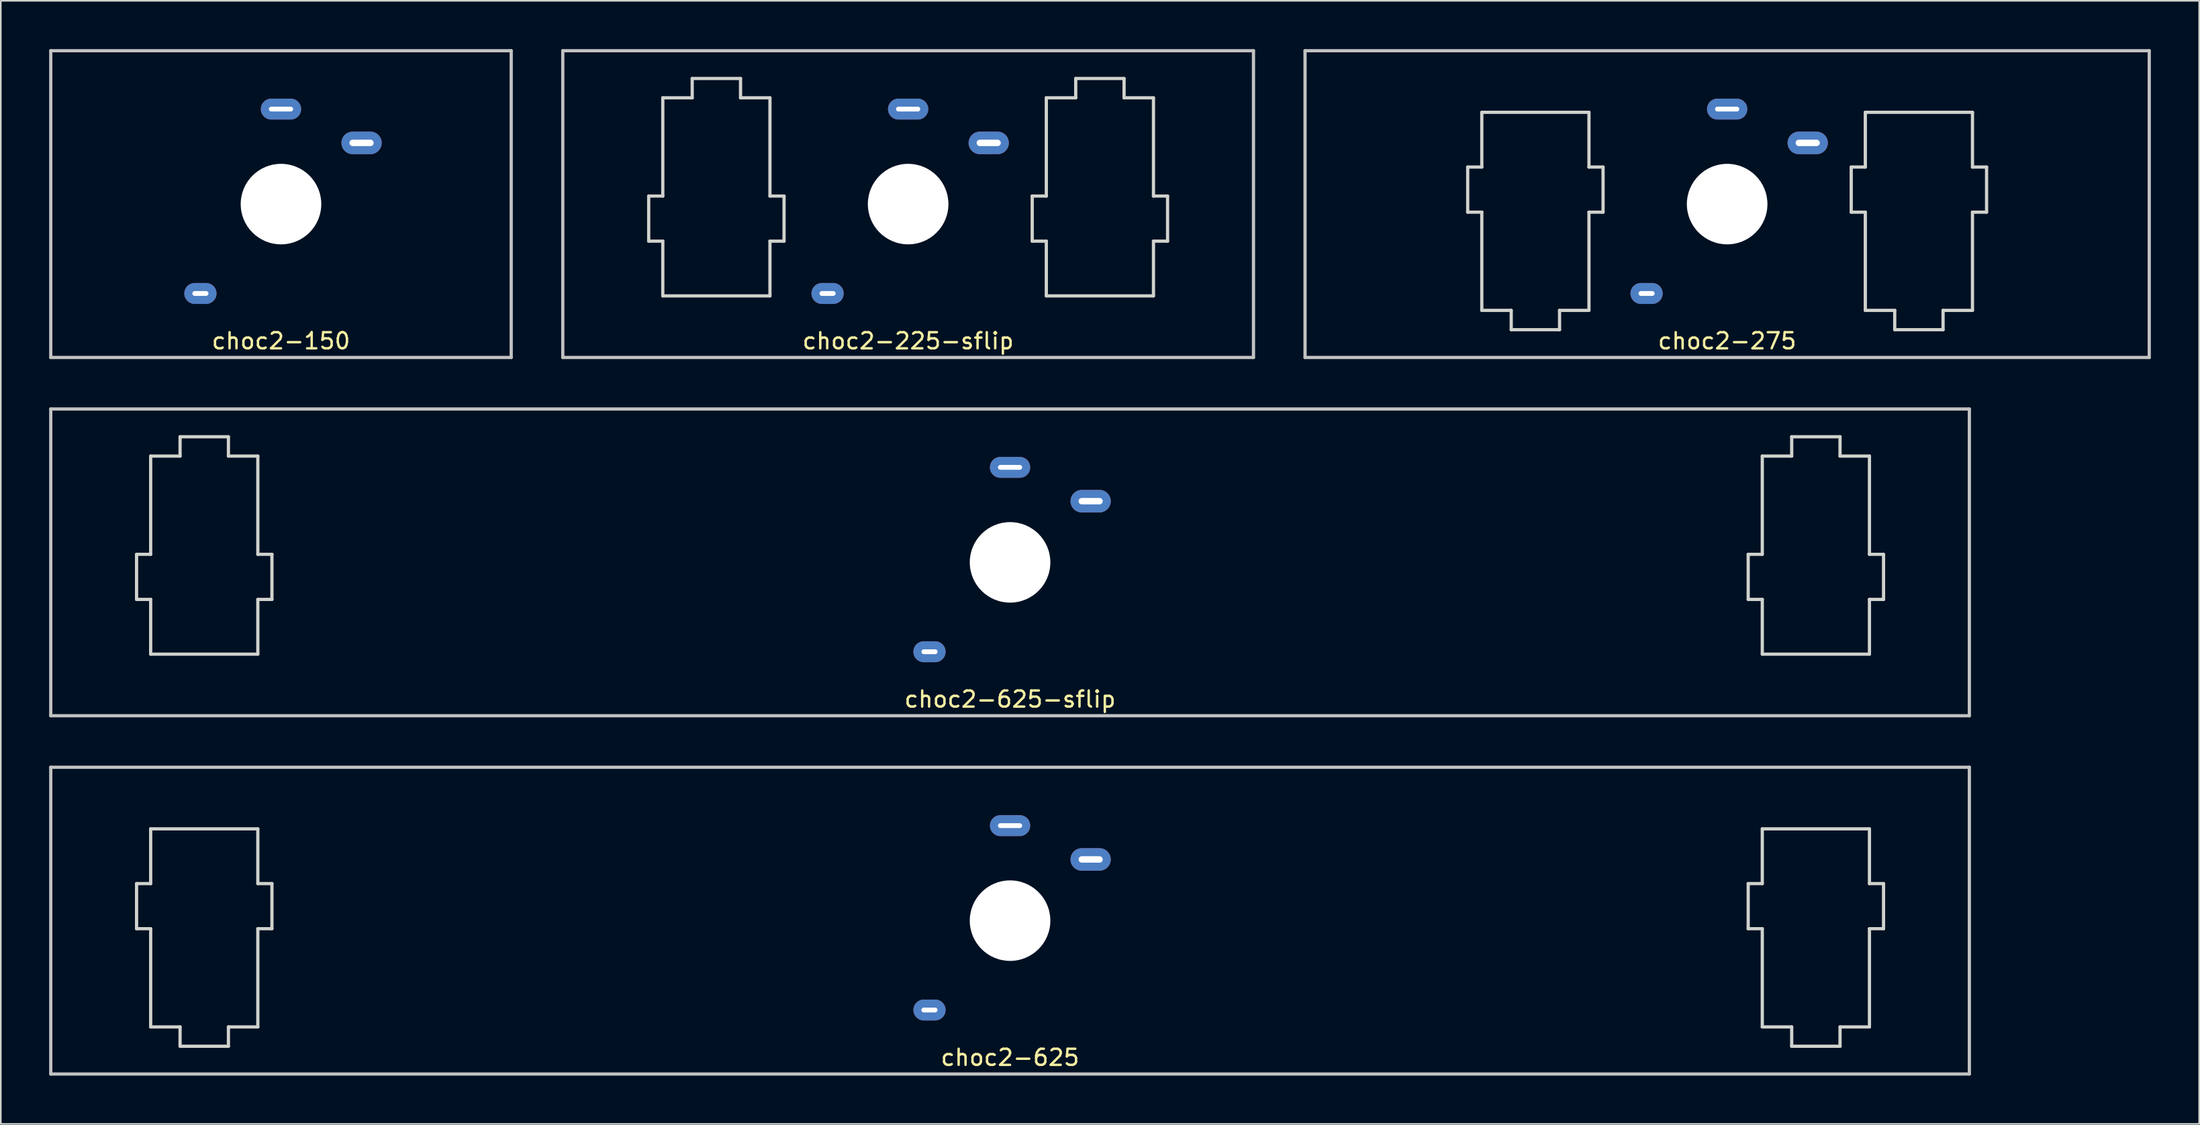
<source format=kicad_pcb>
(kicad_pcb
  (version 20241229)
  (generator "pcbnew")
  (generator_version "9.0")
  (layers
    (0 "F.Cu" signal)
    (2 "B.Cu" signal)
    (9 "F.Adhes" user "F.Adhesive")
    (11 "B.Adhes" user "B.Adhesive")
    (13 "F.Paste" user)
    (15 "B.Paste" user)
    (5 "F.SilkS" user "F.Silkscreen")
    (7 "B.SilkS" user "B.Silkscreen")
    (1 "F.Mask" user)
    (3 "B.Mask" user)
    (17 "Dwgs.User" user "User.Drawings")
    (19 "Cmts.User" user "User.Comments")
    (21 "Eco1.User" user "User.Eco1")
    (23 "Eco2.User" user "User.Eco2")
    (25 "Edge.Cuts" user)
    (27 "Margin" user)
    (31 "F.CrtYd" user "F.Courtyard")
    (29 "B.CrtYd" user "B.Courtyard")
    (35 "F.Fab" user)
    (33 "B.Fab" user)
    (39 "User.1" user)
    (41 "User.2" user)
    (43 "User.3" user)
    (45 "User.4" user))
  (footprint "choc2-275"
    (layer "F.Cu")
    (at 104.131 9.625)
    (property "Reference" "choc2-275" (at 0 8.5 180) (layer "F.SilkS") (effects (font (size 1 1) (thickness 0.15))))
    (attr through_hole)
    (fp_line (start -26.194 -9.525) (end -26.194 9.525) (stroke (width 0.2) (type solid)) (layer "Dwgs.User"))
    (fp_line (start 26.194 -9.525) (end -26.194 -9.525) (stroke (width 0.2) (type solid)) (layer "Dwgs.User"))
    (fp_line (start 26.194 9.525) (end -26.194 9.525) (stroke (width 0.2) (type solid)) (layer "Dwgs.User"))
    (fp_line (start 26.194 9.525) (end 26.194 -9.525) (stroke (width 0.2) (type solid)) (layer "Dwgs.User"))
    (fp_line (start -16.1 -2.3) (end -16.1 0.5) (stroke (width 0.2) (type solid)) (layer "Edge.Cuts"))
    (fp_line (start -16.1 0.5) (end -15.225 0.5) (stroke (width 0.2) (type solid)) (layer "Edge.Cuts"))
    (fp_line (start -15.225 -5.7) (end -15.225 -2.3) (stroke (width 0.2) (type solid)) (layer "Edge.Cuts"))
    (fp_line (start -15.225 -2.3) (end -16.1 -2.3) (stroke (width 0.2) (type solid)) (layer "Edge.Cuts"))
    (fp_line (start -15.225 0.5) (end -15.225 6.6) (stroke (width 0.2) (type solid)) (layer "Edge.Cuts"))
    (fp_line (start -15.225 6.6) (end -13.4 6.6) (stroke (width 0.2) (type solid)) (layer "Edge.Cuts"))
    (fp_line (start -13.4 6.6) (end -13.4 7.8) (stroke (width 0.2) (type solid)) (layer "Edge.Cuts"))
    (fp_line (start -13.4 7.8) (end -10.4 7.8) (stroke (width 0.2) (type solid)) (layer "Edge.Cuts"))
    (fp_line (start -10.4 6.6) (end -8.575 6.6) (stroke (width 0.2) (type solid)) (layer "Edge.Cuts"))
    (fp_line (start -10.4 7.8) (end -10.4 6.6) (stroke (width 0.2) (type solid)) (layer "Edge.Cuts"))
    (fp_line (start -8.575 -2.3) (end -8.575 -5.7) (stroke (width 0.2) (type solid)) (layer "Edge.Cuts"))
    (fp_line (start -8.575 0.5) (end -7.7 0.5) (stroke (width 0.2) (type solid)) (layer "Edge.Cuts"))
    (fp_line (start -8.575 6.6) (end -8.575 0.5) (stroke (width 0.2) (type solid)) (layer "Edge.Cuts"))
    (fp_line (start -8.575 -5.7) (end -15.225 -5.7) (stroke (width 0.2) (type solid)) (layer "Edge.Cuts"))
    (fp_line (start -7.7 -2.3) (end -8.575 -2.3) (stroke (width 0.2) (type solid)) (layer "Edge.Cuts"))
    (fp_line (start -7.7 0.5) (end -7.7 -2.3) (stroke (width 0.2) (type solid)) (layer "Edge.Cuts"))
    (fp_line (start 7.7 -2.3) (end 8.575 -2.3) (stroke (width 0.2) (type solid)) (layer "Edge.Cuts"))
    (fp_line (start 7.7 0.5) (end 7.7 -2.3) (stroke (width 0.2) (type solid)) (layer "Edge.Cuts"))
    (fp_line (start 8.575 -5.7) (end 15.225 -5.7) (stroke (width 0.2) (type solid)) (layer "Edge.Cuts"))
    (fp_line (start 8.575 -2.3) (end 8.575 -5.7) (stroke (width 0.2) (type solid)) (layer "Edge.Cuts"))
    (fp_line (start 8.575 0.5) (end 7.7 0.5) (stroke (width 0.2) (type solid)) (layer "Edge.Cuts"))
    (fp_line (start 8.575 6.6) (end 8.575 0.5) (stroke (width 0.2) (type solid)) (layer "Edge.Cuts"))
    (fp_line (start 10.4 6.6) (end 8.575 6.6) (stroke (width 0.2) (type solid)) (layer "Edge.Cuts"))
    (fp_line (start 10.4 7.8) (end 10.4 6.6) (stroke (width 0.2) (type solid)) (layer "Edge.Cuts"))
    (fp_line (start 13.4 6.6) (end 13.4 7.8) (stroke (width 0.2) (type solid)) (layer "Edge.Cuts"))
    (fp_line (start 13.4 7.8) (end 10.4 7.8) (stroke (width 0.2) (type solid)) (layer "Edge.Cuts"))
    (fp_line (start 15.225 -5.7) (end 15.225 -2.3) (stroke (width 0.2) (type solid)) (layer "Edge.Cuts"))
    (fp_line (start 15.225 -2.3) (end 16.1 -2.3) (stroke (width 0.2) (type solid)) (layer "Edge.Cuts"))
    (fp_line (start 15.225 0.5) (end 15.225 6.6) (stroke (width 0.2) (type solid)) (layer "Edge.Cuts"))
    (fp_line (start 15.225 6.6) (end 13.4 6.6) (stroke (width 0.2) (type solid)) (layer "Edge.Cuts"))
    (fp_line (start 16.1 -2.3) (end 16.1 0.5) (stroke (width 0.2) (type solid)) (layer "Edge.Cuts"))
    (fp_line (start 16.1 0.5) (end 15.225 0.5) (stroke (width 0.2) (type solid)) (layer "Edge.Cuts"))
    (pad "" thru_hole oval (at -5 5.55 180) (size 2 1.3) (drill oval 1 0.3) (layers "*.Cu" "*.Mask"))
    (pad "" np_thru_hole circle (at 0 0 180) (size 5 5) (drill 5) (layers "*.Cu" "*.Mask"))
    (pad "1" thru_hole oval (at 5 -3.8 180) (size 2.5 1.4) (drill oval 1.5 0.4) (layers "*.Cu" "B.Mask"))
    (pad "2" thru_hole oval (at 0 -5.9 180) (size 2.5 1.3) (drill oval 1.5 0.3) (layers "*.Cu" "*.Mask")))
  (footprint "choc2-625"
    (layer "F.Cu")
    (at 59.631 54.125)
    (property "Reference" "choc2-625" (at 0 8.5 180) (layer "F.SilkS") (effects (font (size 1 1) (thickness 0.15))))
    (attr through_hole)
    (fp_line (start -59.531 -9.525) (end -59.531 9.525) (stroke (width 0.2) (type solid)) (layer "Dwgs.User"))
    (fp_line (start 59.531 -9.525) (end -59.531 -9.525) (stroke (width 0.2) (type solid)) (layer "Dwgs.User"))
    (fp_line (start 59.531 9.525) (end -59.531 9.525) (stroke (width 0.2) (type solid)) (layer "Dwgs.User"))
    (fp_line (start 59.531 9.525) (end 59.531 -9.525) (stroke (width 0.2) (type solid)) (layer "Dwgs.User"))
    (fp_line (start -54.206 -2.3) (end -54.206 0.5) (stroke (width 0.2) (type solid)) (layer "Edge.Cuts"))
    (fp_line (start -54.206 0.5) (end -53.331 0.5) (stroke (width 0.2) (type solid)) (layer "Edge.Cuts"))
    (fp_line (start -53.331 -5.7) (end -53.331 -2.3) (stroke (width 0.2) (type solid)) (layer "Edge.Cuts"))
    (fp_line (start -53.331 -2.3) (end -54.206 -2.3) (stroke (width 0.2) (type solid)) (layer "Edge.Cuts"))
    (fp_line (start -53.331 0.5) (end -53.331 6.6) (stroke (width 0.2) (type solid)) (layer "Edge.Cuts"))
    (fp_line (start -53.331 6.6) (end -51.506 6.6) (stroke (width 0.2) (type solid)) (layer "Edge.Cuts"))
    (fp_line (start -51.506 7.8) (end -48.506 7.8) (stroke (width 0.2) (type solid)) (layer "Edge.Cuts"))
    (fp_line (start -51.506 6.6) (end -51.506 7.8) (stroke (width 0.2) (type solid)) (layer "Edge.Cuts"))
    (fp_line (start -48.506 7.8) (end -48.506 6.6) (stroke (width 0.2) (type solid)) (layer "Edge.Cuts"))
    (fp_line (start -48.506 6.6) (end -46.681 6.6) (stroke (width 0.2) (type solid)) (layer "Edge.Cuts"))
    (fp_line (start -46.681 -2.3) (end -46.681 -5.7) (stroke (width 0.2) (type solid)) (layer "Edge.Cuts"))
    (fp_line (start -46.681 0.5) (end -45.806 0.5) (stroke (width 0.2) (type solid)) (layer "Edge.Cuts"))
    (fp_line (start -46.681 6.6) (end -46.681 0.5) (stroke (width 0.2) (type solid)) (layer "Edge.Cuts"))
    (fp_line (start -46.681 -5.7) (end -53.331 -5.7) (stroke (width 0.2) (type solid)) (layer "Edge.Cuts"))
    (fp_line (start -45.806 -2.3) (end -46.681 -2.3) (stroke (width 0.2) (type solid)) (layer "Edge.Cuts"))
    (fp_line (start -45.806 0.5) (end -45.806 -2.3) (stroke (width 0.2) (type solid)) (layer "Edge.Cuts"))
    (fp_line (start 45.806 -2.3) (end 46.681 -2.3) (stroke (width 0.2) (type solid)) (layer "Edge.Cuts"))
    (fp_line (start 45.806 0.5) (end 45.806 -2.3) (stroke (width 0.2) (type solid)) (layer "Edge.Cuts"))
    (fp_line (start 46.681 -5.7) (end 53.331 -5.7) (stroke (width 0.2) (type solid)) (layer "Edge.Cuts"))
    (fp_line (start 46.681 -2.3) (end 46.681 -5.7) (stroke (width 0.2) (type solid)) (layer "Edge.Cuts"))
    (fp_line (start 46.681 0.5) (end 45.806 0.5) (stroke (width 0.2) (type solid)) (layer "Edge.Cuts"))
    (fp_line (start 46.681 6.6) (end 46.681 0.5) (stroke (width 0.2) (type solid)) (layer "Edge.Cuts"))
    (fp_line (start 48.506 6.6) (end 46.681 6.6) (stroke (width 0.2) (type solid)) (layer "Edge.Cuts"))
    (fp_line (start 48.506 7.8) (end 48.506 6.6) (stroke (width 0.2) (type solid)) (layer "Edge.Cuts"))
    (fp_line (start 51.506 6.6) (end 51.506 7.8) (stroke (width 0.2) (type solid)) (layer "Edge.Cuts"))
    (fp_line (start 51.506 7.8) (end 48.506 7.8) (stroke (width 0.2) (type solid)) (layer "Edge.Cuts"))
    (fp_line (start 53.331 -5.7) (end 53.331 -2.3) (stroke (width 0.2) (type solid)) (layer "Edge.Cuts"))
    (fp_line (start 53.331 -2.3) (end 54.206 -2.3) (stroke (width 0.2) (type solid)) (layer "Edge.Cuts"))
    (fp_line (start 53.331 0.5) (end 53.331 6.6) (stroke (width 0.2) (type solid)) (layer "Edge.Cuts"))
    (fp_line (start 53.331 6.6) (end 51.506 6.6) (stroke (width 0.2) (type solid)) (layer "Edge.Cuts"))
    (fp_line (start 54.206 -2.3) (end 54.206 0.5) (stroke (width 0.2) (type solid)) (layer "Edge.Cuts"))
    (fp_line (start 54.206 0.5) (end 53.331 0.5) (stroke (width 0.2) (type solid)) (layer "Edge.Cuts"))
    (pad "" thru_hole oval (at -5 5.55 180) (size 2 1.3) (drill oval 1 0.3) (layers "*.Cu" "*.Mask"))
    (pad "" np_thru_hole circle (at 0 0 180) (size 5 5) (drill 5) (layers "*.Cu" "*.Mask"))
    (pad "1" thru_hole oval (at 5 -3.8 180) (size 2.5 1.4) (drill oval 1.5 0.4) (layers "*.Cu" "B.Mask"))
    (pad "2" thru_hole oval (at 0 -5.9 180) (size 2.5 1.3) (drill oval 1.5 0.3) (layers "*.Cu" "*.Mask")))
  (footprint "choc2-625-sflip"
    (layer "F.Cu")
    (at 59.631 31.875)
    (property "Reference" "choc2-625-sflip" (at 0 8.5 180) (layer "F.SilkS") (effects (font (size 1 1) (thickness 0.15))))
    (attr through_hole)
    (fp_line (start -59.531 -9.525) (end -59.531 9.525) (stroke (width 0.2) (type solid)) (layer "Dwgs.User"))
    (fp_line (start 59.531 -9.525) (end -59.531 -9.525) (stroke (width 0.2) (type solid)) (layer "Dwgs.User"))
    (fp_line (start 59.531 9.525) (end -59.531 9.525) (stroke (width 0.2) (type solid)) (layer "Dwgs.User"))
    (fp_line (start 59.531 9.525) (end 59.531 -9.525) (stroke (width 0.2) (type solid)) (layer "Dwgs.User"))
    (fp_line (start -54.206 -0.5) (end -53.331 -0.5) (stroke (width 0.2) (type solid)) (layer "Edge.Cuts"))
    (fp_line (start -54.206 2.3) (end -54.206 -0.5) (stroke (width 0.2) (type solid)) (layer "Edge.Cuts"))
    (fp_line (start -53.331 -6.6) (end -51.506 -6.6) (stroke (width 0.2) (type solid)) (layer "Edge.Cuts"))
    (fp_line (start -53.331 -0.5) (end -53.331 -6.6) (stroke (width 0.2) (type solid)) (layer "Edge.Cuts"))
    (fp_line (start -53.331 2.3) (end -54.206 2.3) (stroke (width 0.2) (type solid)) (layer "Edge.Cuts"))
    (fp_line (start -53.331 5.7) (end -53.331 2.3) (stroke (width 0.2) (type solid)) (layer "Edge.Cuts"))
    (fp_line (start -51.506 -7.8) (end -48.506 -7.8) (stroke (width 0.2) (type solid)) (layer "Edge.Cuts"))
    (fp_line (start -51.506 -6.6) (end -51.506 -7.8) (stroke (width 0.2) (type solid)) (layer "Edge.Cuts"))
    (fp_line (start -48.506 -7.8) (end -48.506 -6.6) (stroke (width 0.2) (type solid)) (layer "Edge.Cuts"))
    (fp_line (start -48.506 -6.6) (end -46.681 -6.6) (stroke (width 0.2) (type solid)) (layer "Edge.Cuts"))
    (fp_line (start -46.681 -6.6) (end -46.681 -0.5) (stroke (width 0.2) (type solid)) (layer "Edge.Cuts"))
    (fp_line (start -46.681 -0.5) (end -45.806 -0.5) (stroke (width 0.2) (type solid)) (layer "Edge.Cuts"))
    (fp_line (start -46.681 2.3) (end -46.681 5.7) (stroke (width 0.2) (type solid)) (layer "Edge.Cuts"))
    (fp_line (start -46.681 5.7) (end -53.331 5.7) (stroke (width 0.2) (type solid)) (layer "Edge.Cuts"))
    (fp_line (start -45.806 -0.5) (end -45.806 2.3) (stroke (width 0.2) (type solid)) (layer "Edge.Cuts"))
    (fp_line (start -45.806 2.3) (end -46.681 2.3) (stroke (width 0.2) (type solid)) (layer "Edge.Cuts"))
    (fp_line (start 45.806 -0.5) (end 45.806 2.3) (stroke (width 0.2) (type solid)) (layer "Edge.Cuts"))
    (fp_line (start 45.806 2.3) (end 46.681 2.3) (stroke (width 0.2) (type solid)) (layer "Edge.Cuts"))
    (fp_line (start 46.681 5.7) (end 53.331 5.7) (stroke (width 0.2) (type solid)) (layer "Edge.Cuts"))
    (fp_line (start 46.681 -6.6) (end 46.681 -0.5) (stroke (width 0.2) (type solid)) (layer "Edge.Cuts"))
    (fp_line (start 46.681 -0.5) (end 45.806 -0.5) (stroke (width 0.2) (type solid)) (layer "Edge.Cuts"))
    (fp_line (start 46.681 2.3) (end 46.681 5.7) (stroke (width 0.2) (type solid)) (layer "Edge.Cuts"))
    (fp_line (start 48.506 -6.6) (end 46.681 -6.6) (stroke (width 0.2) (type solid)) (layer "Edge.Cuts"))
    (fp_line (start 48.506 -7.8) (end 48.506 -6.6) (stroke (width 0.2) (type solid)) (layer "Edge.Cuts"))
    (fp_line (start 51.506 -6.6) (end 51.506 -7.8) (stroke (width 0.2) (type solid)) (layer "Edge.Cuts"))
    (fp_line (start 51.506 -7.8) (end 48.506 -7.8) (stroke (width 0.2) (type solid)) (layer "Edge.Cuts"))
    (fp_line (start 53.331 -6.6) (end 51.506 -6.6) (stroke (width 0.2) (type solid)) (layer "Edge.Cuts"))
    (fp_line (start 53.331 -0.5) (end 53.331 -6.6) (stroke (width 0.2) (type solid)) (layer "Edge.Cuts"))
    (fp_line (start 53.331 2.3) (end 54.206 2.3) (stroke (width 0.2) (type solid)) (layer "Edge.Cuts"))
    (fp_line (start 53.331 5.7) (end 53.331 2.3) (stroke (width 0.2) (type solid)) (layer "Edge.Cuts"))
    (fp_line (start 54.206 -0.5) (end 53.331 -0.5) (stroke (width 0.2) (type solid)) (layer "Edge.Cuts"))
    (fp_line (start 54.206 2.3) (end 54.206 -0.5) (stroke (width 0.2) (type solid)) (layer "Edge.Cuts"))
    (pad "" thru_hole oval (at -5 5.55 180) (size 2 1.3) (drill oval 1 0.3) (layers "*.Cu" "*.Mask"))
    (pad "" np_thru_hole circle (at 0 0 180) (size 5 5) (drill 5) (layers "*.Cu" "*.Mask"))
    (pad "1" thru_hole oval (at 5 -3.8 180) (size 2.5 1.4) (drill oval 1.5 0.4) (layers "*.Cu" "B.Mask"))
    (pad "2" thru_hole oval (at 0 -5.9 180) (size 2.5 1.3) (drill oval 1.5 0.3) (layers "*.Cu" "*.Mask")))
  (footprint "choc2-225-sflip"
    (layer "F.Cu")
    (at 53.306 9.625)
    (property "Reference" "choc2-225-sflip" (at 0 8.5 180) (layer "F.SilkS") (effects (font (size 1 1) (thickness 0.15))))
    (attr through_hole)
    (fp_line (start -21.431 -9.525) (end -21.431 9.525) (stroke (width 0.2) (type solid)) (layer "Dwgs.User"))
    (fp_line (start 21.431 -9.525) (end -21.431 -9.525) (stroke (width 0.2) (type solid)) (layer "Dwgs.User"))
    (fp_line (start 21.431 9.525) (end -21.431 9.525) (stroke (width 0.2) (type solid)) (layer "Dwgs.User"))
    (fp_line (start 21.431 9.525) (end 21.431 -9.525) (stroke (width 0.2) (type solid)) (layer "Dwgs.User"))
    (fp_line (start -16.1 -0.5) (end -15.225 -0.5) (stroke (width 0.2) (type solid)) (layer "Edge.Cuts"))
    (fp_line (start -16.1 2.3) (end -16.1 -0.5) (stroke (width 0.2) (type solid)) (layer "Edge.Cuts"))
    (fp_line (start -15.225 -6.6) (end -13.4 -6.6) (stroke (width 0.2) (type solid)) (layer "Edge.Cuts"))
    (fp_line (start -15.225 -0.5) (end -15.225 -6.6) (stroke (width 0.2) (type solid)) (layer "Edge.Cuts"))
    (fp_line (start -15.225 2.3) (end -16.1 2.3) (stroke (width 0.2) (type solid)) (layer "Edge.Cuts"))
    (fp_line (start -15.225 5.7) (end -15.225 2.3) (stroke (width 0.2) (type solid)) (layer "Edge.Cuts"))
    (fp_line (start -13.4 -7.8) (end -10.4 -7.8) (stroke (width 0.2) (type solid)) (layer "Edge.Cuts"))
    (fp_line (start -13.4 -6.6) (end -13.4 -7.8) (stroke (width 0.2) (type solid)) (layer "Edge.Cuts"))
    (fp_line (start -10.4 -7.8) (end -10.4 -6.6) (stroke (width 0.2) (type solid)) (layer "Edge.Cuts"))
    (fp_line (start -10.4 -6.6) (end -8.575 -6.6) (stroke (width 0.2) (type solid)) (layer "Edge.Cuts"))
    (fp_line (start -8.575 -6.6) (end -8.575 -0.5) (stroke (width 0.2) (type solid)) (layer "Edge.Cuts"))
    (fp_line (start -8.575 -0.5) (end -7.7 -0.5) (stroke (width 0.2) (type solid)) (layer "Edge.Cuts"))
    (fp_line (start -8.575 2.3) (end -8.575 5.7) (stroke (width 0.2) (type solid)) (layer "Edge.Cuts"))
    (fp_line (start -8.575 5.7) (end -15.225 5.7) (stroke (width 0.2) (type solid)) (layer "Edge.Cuts"))
    (fp_line (start -7.7 -0.5) (end -7.7 2.3) (stroke (width 0.2) (type solid)) (layer "Edge.Cuts"))
    (fp_line (start -7.7 2.3) (end -8.575 2.3) (stroke (width 0.2) (type solid)) (layer "Edge.Cuts"))
    (fp_line (start 7.7 -0.5) (end 7.7 2.3) (stroke (width 0.2) (type solid)) (layer "Edge.Cuts"))
    (fp_line (start 7.7 2.3) (end 8.575 2.3) (stroke (width 0.2) (type solid)) (layer "Edge.Cuts"))
    (fp_line (start 8.575 5.7) (end 15.225 5.7) (stroke (width 0.2) (type solid)) (layer "Edge.Cuts"))
    (fp_line (start 8.575 -6.6) (end 8.575 -0.5) (stroke (width 0.2) (type solid)) (layer "Edge.Cuts"))
    (fp_line (start 8.575 -0.5) (end 7.7 -0.5) (stroke (width 0.2) (type solid)) (layer "Edge.Cuts"))
    (fp_line (start 8.575 2.3) (end 8.575 5.7) (stroke (width 0.2) (type solid)) (layer "Edge.Cuts"))
    (fp_line (start 10.4 -7.8) (end 10.4 -6.6) (stroke (width 0.2) (type solid)) (layer "Edge.Cuts"))
    (fp_line (start 10.4 -6.6) (end 8.575 -6.6) (stroke (width 0.2) (type solid)) (layer "Edge.Cuts"))
    (fp_line (start 13.4 -7.8) (end 10.4 -7.8) (stroke (width 0.2) (type solid)) (layer "Edge.Cuts"))
    (fp_line (start 13.4 -6.6) (end 13.4 -7.8) (stroke (width 0.2) (type solid)) (layer "Edge.Cuts"))
    (fp_line (start 15.225 -6.6) (end 13.4 -6.6) (stroke (width 0.2) (type solid)) (layer "Edge.Cuts"))
    (fp_line (start 15.225 -0.5) (end 15.225 -6.6) (stroke (width 0.2) (type solid)) (layer "Edge.Cuts"))
    (fp_line (start 15.225 2.3) (end 16.1 2.3) (stroke (width 0.2) (type solid)) (layer "Edge.Cuts"))
    (fp_line (start 15.225 5.7) (end 15.225 2.3) (stroke (width 0.2) (type solid)) (layer "Edge.Cuts"))
    (fp_line (start 16.1 -0.5) (end 15.225 -0.5) (stroke (width 0.2) (type solid)) (layer "Edge.Cuts"))
    (fp_line (start 16.1 2.3) (end 16.1 -0.5) (stroke (width 0.2) (type solid)) (layer "Edge.Cuts"))
    (pad "" thru_hole oval (at -5 5.55 180) (size 2 1.3) (drill oval 1 0.3) (layers "*.Cu" "*.Mask"))
    (pad "" np_thru_hole circle (at 0 0 180) (size 5 5) (drill 5) (layers "*.Cu" "*.Mask"))
    (pad "1" thru_hole oval (at 5 -3.8 180) (size 2.5 1.4) (drill oval 1.5 0.4) (layers "*.Cu" "B.Mask"))
    (pad "2" thru_hole oval (at 0 -5.9 180) (size 2.5 1.3) (drill oval 1.5 0.3) (layers "*.Cu" "*.Mask")))
  (footprint "choc2-150"
    (layer "F.Cu")
    (at 14.387 9.625)
    (property "Reference" "choc2-150" (at 0 8.5 180) (layer "F.SilkS") (effects (font (size 1 1) (thickness 0.15))))
    (attr through_hole)
    (fp_line (start -14.287 -9.525) (end -14.287 9.525) (stroke (width 0.2) (type solid)) (layer "Dwgs.User"))
    (fp_line (start 14.287 -9.525) (end -14.287 -9.525) (stroke (width 0.2) (type solid)) (layer "Dwgs.User"))
    (fp_line (start 14.287 9.525) (end -14.287 9.525) (stroke (width 0.2) (type solid)) (layer "Dwgs.User"))
    (fp_line (start 14.287 9.525) (end 14.287 -9.525) (stroke (width 0.2) (type solid)) (layer "Dwgs.User"))
    (pad "" thru_hole oval (at -5 5.55 180) (size 2 1.3) (drill oval 1 0.3) (layers "*.Cu" "*.Mask"))
    (pad "" np_thru_hole circle (at 0 0 180) (size 5 5) (drill 5) (layers "*.Cu" "*.Mask"))
    (pad "1" thru_hole oval (at 5 -3.8 180) (size 2.5 1.4) (drill oval 1.5 0.4) (layers "*.Cu" "B.Mask"))
    (pad "2" thru_hole oval (at 0 -5.9 180) (size 2.5 1.3) (drill oval 1.5 0.3) (layers "*.Cu" "*.Mask")))
  (gr_rect
    (start -3 -3)
    (end 133.425 66.75)
    (stroke (width 0.1) (type default))
    (fill no)
    (layer "Edge.Cuts")))
</source>
